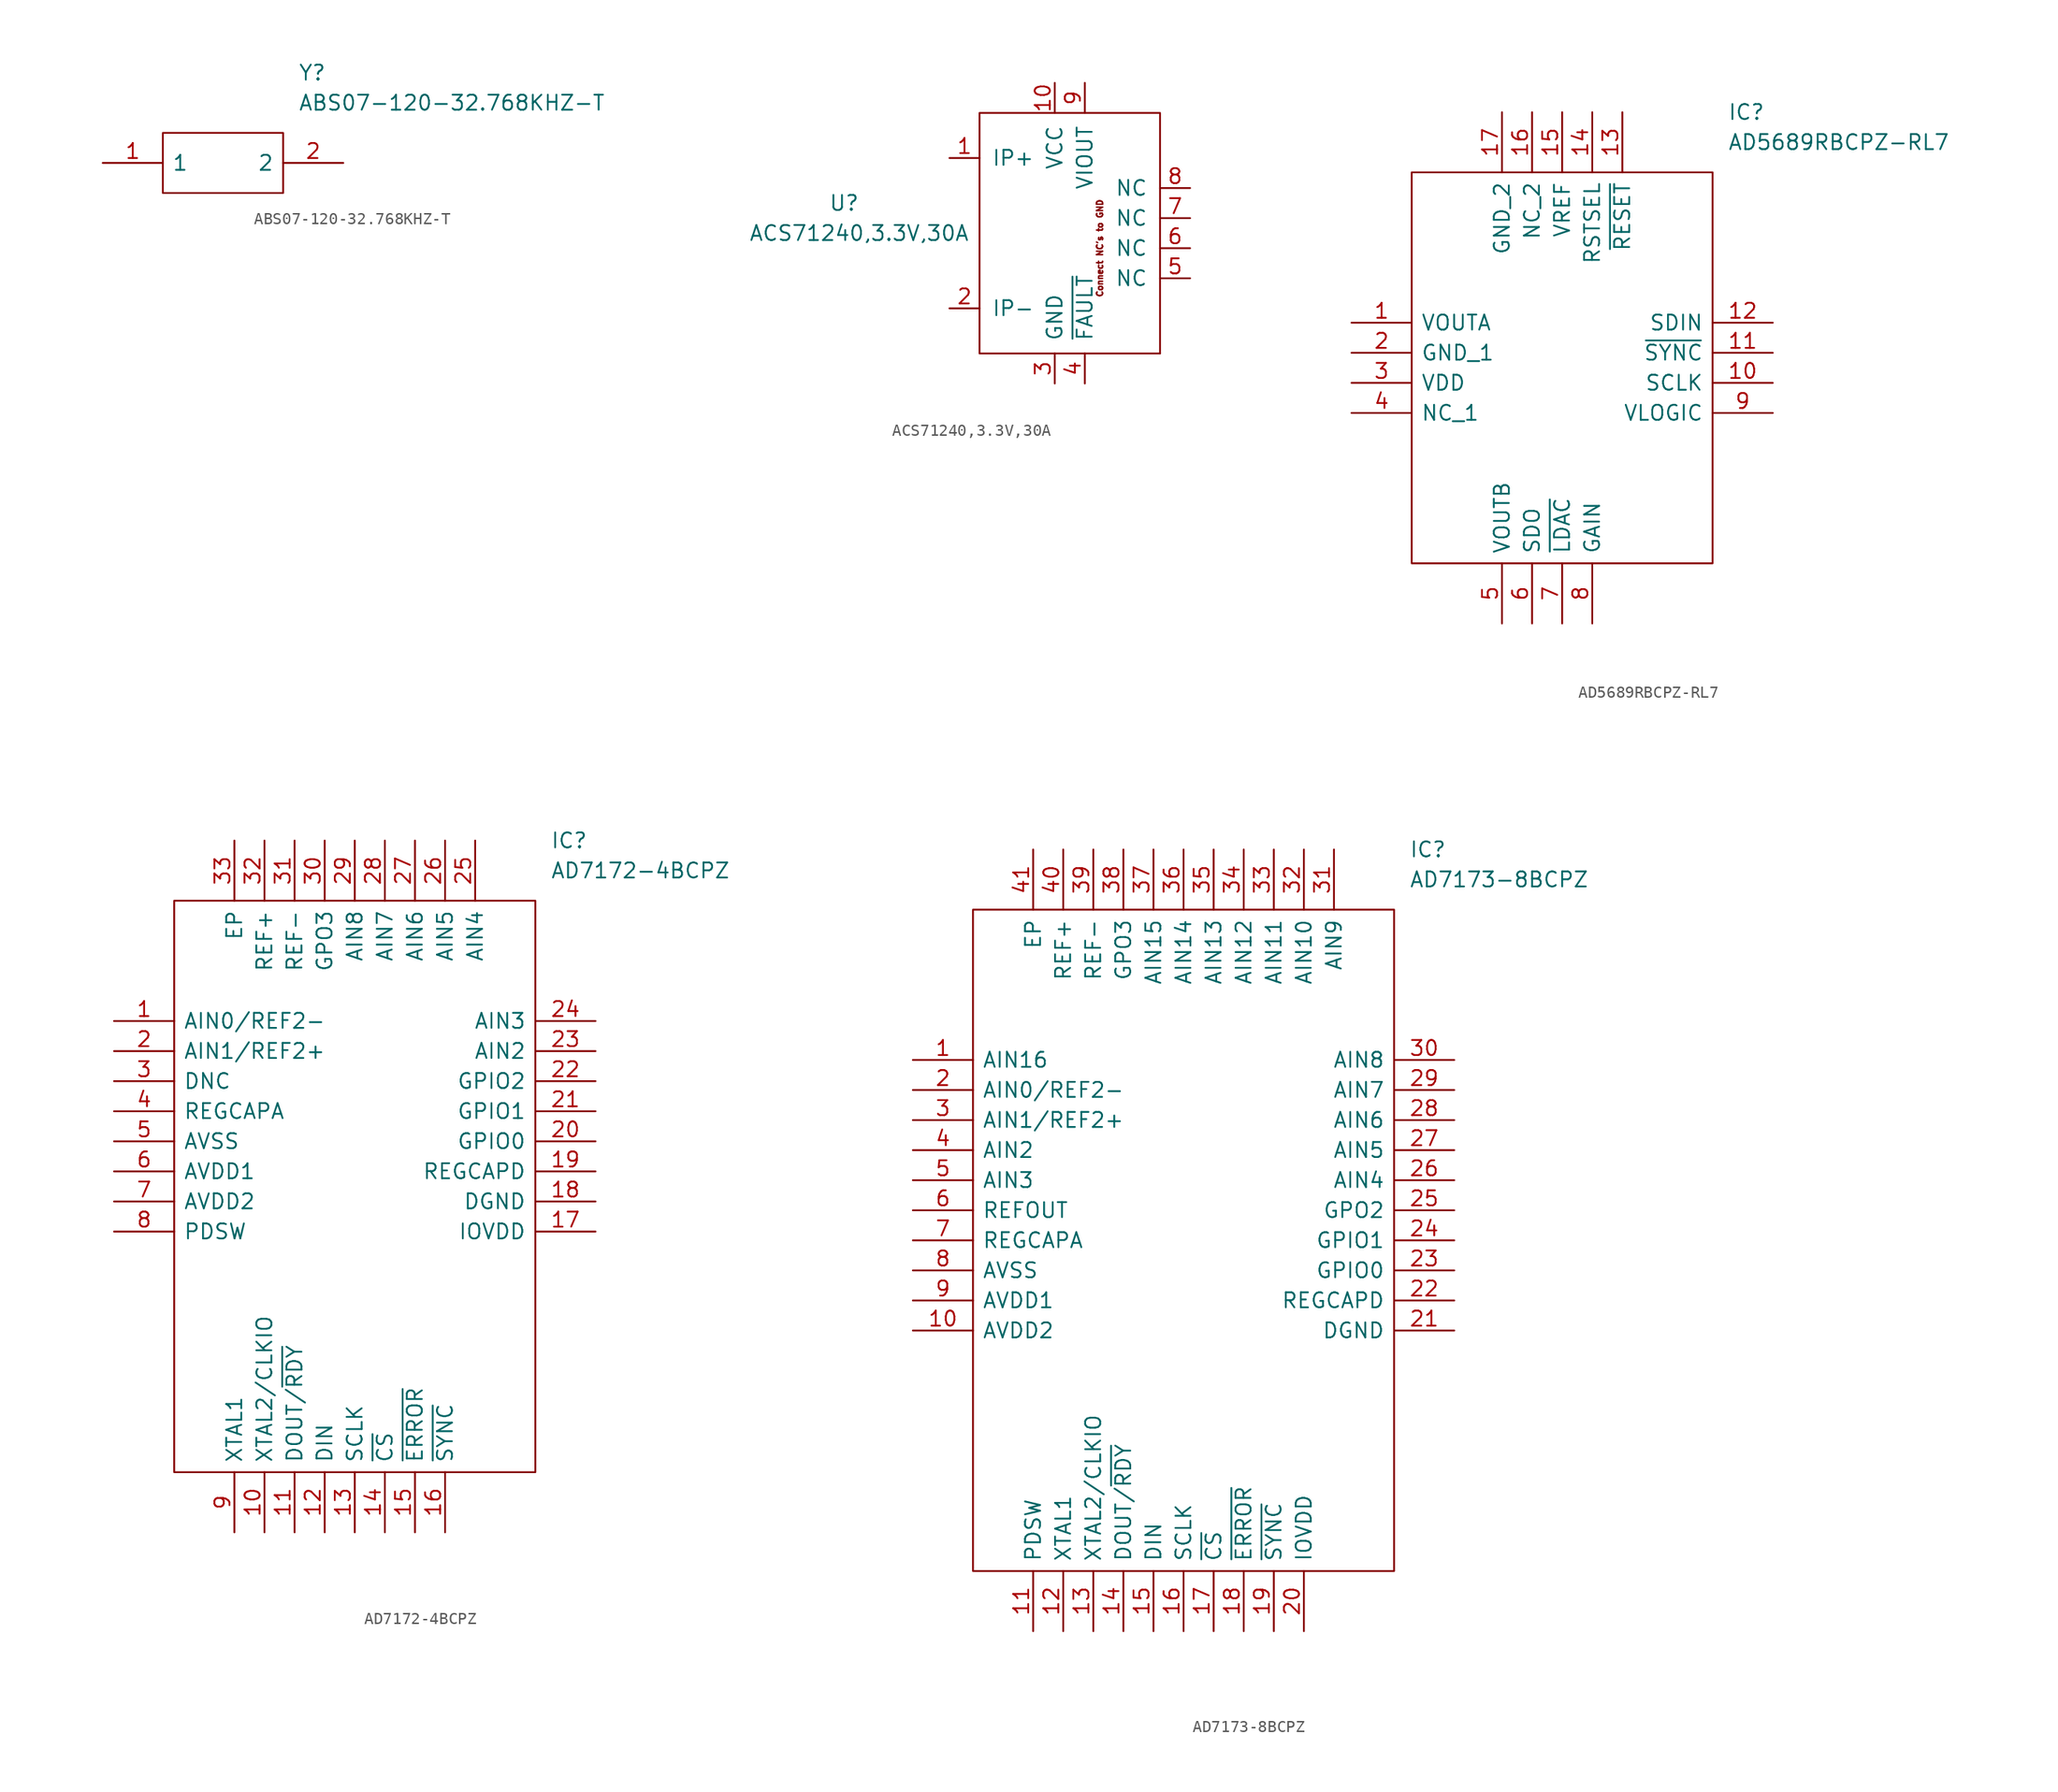
<source format=kicad_sym>
(kicad_symbol_lib
  (version 20220914)
  (generator kicad_symbol_editor)
  (symbol "ABS07-120-32.768KHZ-T"
    (pin_names
      (offset 0.762))
    (property "Reference" "Y"
      (at 16.51 7.62 0)
      (effects (font (size 1.27 1.27)) (justify left)))
    (property "Value" "ABS07-120-32.768KHZ-T"
      (at 16.51 5.08 0)
      (effects (font (size 1.27 1.27)) (justify left)))
    (symbol "ABS07-120-32.768KHZ-T_0_0"
      (pin passive line (at 0 0 0) (length 5.08) (name "1" (effects (font (size 1.27 1.27)))) (number "1" (effects (font (size 1.27 1.27)))))
      (pin passive line (at 20.32 0 180) (length 5.08) (name "2" (effects (font (size 1.27 1.27)))) (number "2" (effects (font (size 1.27 1.27))))))
    (symbol "ABS07-120-32.768KHZ-T_0_1"
      (polyline (pts (xy 5.08 2.54) (xy 15.24 2.54) (xy 15.24 -2.54) (xy 5.08 -2.54) (xy 5.08 2.54)) (stroke (width 0.152) (type default)) (fill (type none)))))
  (symbol "ACS71240,3.3V,30A"
    (pin_names
      (offset 1.016))
    (property "Reference" "U"
      (at -19.05 2.54 0)
      (effects (font (size 1.27 1.27))))
    (property "Value" "ACS71240,3.3V,30A"
      (at -17.78 0 0)
      (effects (font (size 1.27 1.27))))
    (symbol "ACS71240,3.3V,30A_0_0"
      (text "Connect NC's to GND" (at 2.54 -1.27 900) (effects (font (size 0.508 0.508)))))
    (symbol "ACS71240,3.3V,30A_0_1"
      (rectangle (start -7.62 10.16) (end 7.62 -10.16) (stroke (width 0) (type default)) (fill (type none)))
      (rectangle (start 7.62 -10.16) (end 7.62 -10.16) (stroke (width 0) (type default)) (fill (type none))))
    (symbol "ACS71240,3.3V,30A_1_1"
      (pin passive line (at -10.16 6.35 0) (length 2.54) (name "IP+" (effects (font (size 1.27 1.27)))) (number "1" (effects (font (size 1.27 1.27)))))
      (pin passive line (at -1.27 12.7 270) (length 2.54) (name "VCC" (effects (font (size 1.27 1.27)))) (number "10" (effects (font (size 1.27 1.27)))))
      (pin passive line (at -10.16 -6.35 0) (length 2.54) (name "IP-" (effects (font (size 1.27 1.27)))) (number "2" (effects (font (size 1.27 1.27)))))
      (pin passive line (at -1.27 -12.7 90) (length 2.54) (name "GND" (effects (font (size 1.27 1.27)))) (number "3" (effects (font (size 1.27 1.27)))))
      (pin passive line (at 1.27 -12.7 90) (length 2.54) (name "~{FAULT}" (effects (font (size 1.27 1.27)))) (number "4" (effects (font (size 1.27 1.27)))))
      (pin passive line (at 10.16 -3.81 180) (length 2.54) (name "NC" (effects (font (size 1.27 1.27)))) (number "5" (effects (font (size 1.27 1.27)))))
      (pin passive line (at 10.16 -1.27 180) (length 2.54) (name "NC" (effects (font (size 1.27 1.27)))) (number "6" (effects (font (size 1.27 1.27)))))
      (pin passive line (at 10.16 1.27 180) (length 2.54) (name "NC" (effects (font (size 1.27 1.27)))) (number "7" (effects (font (size 1.27 1.27)))))
      (pin passive line (at 10.16 3.81 180) (length 2.54) (name "NC" (effects (font (size 1.27 1.27)))) (number "8" (effects (font (size 1.27 1.27)))))
      (pin passive line (at 1.27 12.7 270) (length 2.54) (name "VIOUT" (effects (font (size 1.27 1.27)))) (number "9" (effects (font (size 1.27 1.27)))))))
  (symbol "AD5689RBCPZ-RL7"
    (pin_names
      (offset 0.762))
    (property "Reference" "IC"
      (at 31.75 17.78 0)
      (effects (font (size 1.27 1.27)) (justify left)))
    (property "Value" "AD5689RBCPZ-RL7"
      (at 31.75 15.24 0)
      (effects (font (size 1.27 1.27)) (justify left)))
    (symbol "AD5689RBCPZ-RL7_0_0"
      (pin unspecified line (at 0 0 0) (length 5.08) (name "VOUTA" (effects (font (size 1.27 1.27)))) (number "1" (effects (font (size 1.27 1.27)))))
      (pin unspecified line (at 35.56 -5.08 180) (length 5.08) (name "SCLK" (effects (font (size 1.27 1.27)))) (number "10" (effects (font (size 1.27 1.27)))))
      (pin unspecified line (at 35.56 -2.54 180) (length 5.08) (name "~{SYNC}" (effects (font (size 1.27 1.27)))) (number "11" (effects (font (size 1.27 1.27)))))
      (pin unspecified line (at 35.56 0 180) (length 5.08) (name "SDIN" (effects (font (size 1.27 1.27)))) (number "12" (effects (font (size 1.27 1.27)))))
      (pin unspecified line (at 22.86 17.78 270) (length 5.08) (name "~{RESET}" (effects (font (size 1.27 1.27)))) (number "13" (effects (font (size 1.27 1.27)))))
      (pin unspecified line (at 20.32 17.78 270) (length 5.08) (name "RSTSEL" (effects (font (size 1.27 1.27)))) (number "14" (effects (font (size 1.27 1.27)))))
      (pin unspecified line (at 17.78 17.78 270) (length 5.08) (name "VREF" (effects (font (size 1.27 1.27)))) (number "15" (effects (font (size 1.27 1.27)))))
      (pin unspecified line (at 15.24 17.78 270) (length 5.08) (name "NC_2" (effects (font (size 1.27 1.27)))) (number "16" (effects (font (size 1.27 1.27)))))
      (pin unspecified line (at 12.7 17.78 270) (length 5.08) (name "GND_2" (effects (font (size 1.27 1.27)))) (number "17" (effects (font (size 1.27 1.27)))))
      (pin unspecified line (at 0 -2.54 0) (length 5.08) (name "GND_1" (effects (font (size 1.27 1.27)))) (number "2" (effects (font (size 1.27 1.27)))))
      (pin unspecified line (at 0 -5.08 0) (length 5.08) (name "VDD" (effects (font (size 1.27 1.27)))) (number "3" (effects (font (size 1.27 1.27)))))
      (pin unspecified line (at 0 -7.62 0) (length 5.08) (name "NC_1" (effects (font (size 1.27 1.27)))) (number "4" (effects (font (size 1.27 1.27)))))
      (pin unspecified line (at 12.7 -25.4 90) (length 5.08) (name "VOUTB" (effects (font (size 1.27 1.27)))) (number "5" (effects (font (size 1.27 1.27)))))
      (pin unspecified line (at 15.24 -25.4 90) (length 5.08) (name "SDO" (effects (font (size 1.27 1.27)))) (number "6" (effects (font (size 1.27 1.27)))))
      (pin unspecified line (at 17.78 -25.4 90) (length 5.08) (name "~{LDAC}" (effects (font (size 1.27 1.27)))) (number "7" (effects (font (size 1.27 1.27)))))
      (pin unspecified line (at 20.32 -25.4 90) (length 5.08) (name "GAIN" (effects (font (size 1.27 1.27)))) (number "8" (effects (font (size 1.27 1.27)))))
      (pin unspecified line (at 35.56 -7.62 180) (length 5.08) (name "VLOGIC" (effects (font (size 1.27 1.27)))) (number "9" (effects (font (size 1.27 1.27))))))
    (symbol "AD5689RBCPZ-RL7_0_1"
      (polyline (pts (xy 5.08 12.7) (xy 30.48 12.7) (xy 30.48 -20.32) (xy 5.08 -20.32) (xy 5.08 12.7)) (stroke (width 0.152) (type default)) (fill (type none)))))
  (symbol "AD7172-4BCPZ"
    (pin_names
      (offset 0.762))
    (property "Reference" "IC"
      (at 36.83 15.24 0)
      (effects (font (size 1.27 1.27)) (justify left)))
    (property "Value" "AD7172-4BCPZ"
      (at 36.83 12.7 0)
      (effects (font (size 1.27 1.27)) (justify left)))
    (symbol "AD7172-4BCPZ_0_0"
      (pin input line (at 0 0 0) (length 5.08) (name "AIN0/REF2-" (effects (font (size 1.27 1.27)))) (number "1" (effects (font (size 1.27 1.27)))))
      (pin bidirectional line (at 12.7 -43.18 90) (length 5.08) (name "XTAL2/CLKIO" (effects (font (size 1.27 1.27)))) (number "10" (effects (font (size 1.27 1.27)))))
      (pin output line (at 15.24 -43.18 90) (length 5.08) (name "DOUT/~{RDY}" (effects (font (size 1.27 1.27)))) (number "11" (effects (font (size 1.27 1.27)))))
      (pin input line (at 17.78 -43.18 90) (length 5.08) (name "DIN" (effects (font (size 1.27 1.27)))) (number "12" (effects (font (size 1.27 1.27)))))
      (pin input line (at 20.32 -43.18 90) (length 5.08) (name "SCLK" (effects (font (size 1.27 1.27)))) (number "13" (effects (font (size 1.27 1.27)))))
      (pin input line (at 22.86 -43.18 90) (length 5.08) (name "~{CS}" (effects (font (size 1.27 1.27)))) (number "14" (effects (font (size 1.27 1.27)))))
      (pin bidirectional line (at 25.4 -43.18 90) (length 5.08) (name "~{ERROR}" (effects (font (size 1.27 1.27)))) (number "15" (effects (font (size 1.27 1.27)))))
      (pin input line (at 27.94 -43.18 90) (length 5.08) (name "~{SYNC}" (effects (font (size 1.27 1.27)))) (number "16" (effects (font (size 1.27 1.27)))))
      (pin power_in line (at 40.64 -17.78 180) (length 5.08) (name "IOVDD" (effects (font (size 1.27 1.27)))) (number "17" (effects (font (size 1.27 1.27)))))
      (pin power_in line (at 40.64 -15.24 180) (length 5.08) (name "DGND" (effects (font (size 1.27 1.27)))) (number "18" (effects (font (size 1.27 1.27)))))
      (pin output line (at 40.64 -12.7 180) (length 5.08) (name "REGCAPD" (effects (font (size 1.27 1.27)))) (number "19" (effects (font (size 1.27 1.27)))))
      (pin input line (at 0 -2.54 0) (length 5.08) (name "AIN1/REF2+" (effects (font (size 1.27 1.27)))) (number "2" (effects (font (size 1.27 1.27)))))
      (pin bidirectional line (at 40.64 -10.16 180) (length 5.08) (name "GPIO0" (effects (font (size 1.27 1.27)))) (number "20" (effects (font (size 1.27 1.27)))))
      (pin bidirectional line (at 40.64 -7.62 180) (length 5.08) (name "GPIO1" (effects (font (size 1.27 1.27)))) (number "21" (effects (font (size 1.27 1.27)))))
      (pin bidirectional line (at 40.64 -5.08 180) (length 5.08) (name "GPIO2" (effects (font (size 1.27 1.27)))) (number "22" (effects (font (size 1.27 1.27)))))
      (pin input line (at 40.64 -2.54 180) (length 5.08) (name "AIN2" (effects (font (size 1.27 1.27)))) (number "23" (effects (font (size 1.27 1.27)))))
      (pin input line (at 40.64 0 180) (length 5.08) (name "AIN3" (effects (font (size 1.27 1.27)))) (number "24" (effects (font (size 1.27 1.27)))))
      (pin input line (at 30.48 15.24 270) (length 5.08) (name "AIN4" (effects (font (size 1.27 1.27)))) (number "25" (effects (font (size 1.27 1.27)))))
      (pin input line (at 27.94 15.24 270) (length 5.08) (name "AIN5" (effects (font (size 1.27 1.27)))) (number "26" (effects (font (size 1.27 1.27)))))
      (pin input line (at 25.4 15.24 270) (length 5.08) (name "AIN6" (effects (font (size 1.27 1.27)))) (number "27" (effects (font (size 1.27 1.27)))))
      (pin input line (at 22.86 15.24 270) (length 5.08) (name "AIN7" (effects (font (size 1.27 1.27)))) (number "28" (effects (font (size 1.27 1.27)))))
      (pin input line (at 20.32 15.24 270) (length 5.08) (name "AIN8" (effects (font (size 1.27 1.27)))) (number "29" (effects (font (size 1.27 1.27)))))
      (pin unspecified line (at 0 -5.08 0) (length 5.08) (name "DNC" (effects (font (size 1.27 1.27)))) (number "3" (effects (font (size 1.27 1.27)))))
      (pin output line (at 17.78 15.24 270) (length 5.08) (name "GPO3" (effects (font (size 1.27 1.27)))) (number "30" (effects (font (size 1.27 1.27)))))
      (pin input line (at 15.24 15.24 270) (length 5.08) (name "REF-" (effects (font (size 1.27 1.27)))) (number "31" (effects (font (size 1.27 1.27)))))
      (pin input line (at 12.7 15.24 270) (length 5.08) (name "REF+" (effects (font (size 1.27 1.27)))) (number "32" (effects (font (size 1.27 1.27)))))
      (pin power_in line (at 10.16 15.24 270) (length 5.08) (name "EP" (effects (font (size 1.27 1.27)))) (number "33" (effects (font (size 1.27 1.27)))))
      (pin output line (at 0 -7.62 0) (length 5.08) (name "REGCAPA" (effects (font (size 1.27 1.27)))) (number "4" (effects (font (size 1.27 1.27)))))
      (pin power_in line (at 0 -10.16 0) (length 5.08) (name "AVSS" (effects (font (size 1.27 1.27)))) (number "5" (effects (font (size 1.27 1.27)))))
      (pin power_in line (at 0 -12.7 0) (length 5.08) (name "AVDD1" (effects (font (size 1.27 1.27)))) (number "6" (effects (font (size 1.27 1.27)))))
      (pin power_in line (at 0 -15.24 0) (length 5.08) (name "AVDD2" (effects (font (size 1.27 1.27)))) (number "7" (effects (font (size 1.27 1.27)))))
      (pin output line (at 0 -17.78 0) (length 5.08) (name "PDSW" (effects (font (size 1.27 1.27)))) (number "8" (effects (font (size 1.27 1.27)))))
      (pin bidirectional line (at 10.16 -43.18 90) (length 5.08) (name "XTAL1" (effects (font (size 1.27 1.27)))) (number "9" (effects (font (size 1.27 1.27))))))
    (symbol "AD7172-4BCPZ_0_1"
      (polyline (pts (xy 5.08 10.16) (xy 35.56 10.16) (xy 35.56 -38.1) (xy 5.08 -38.1) (xy 5.08 10.16)) (stroke (width 0.152) (type default)) (fill (type none)))))
  (symbol "AD7173-8BCPZ"
    (pin_names
      (offset 0.762))
    (property "Reference" "IC"
      (at 41.91 17.78 0)
      (effects (font (size 1.27 1.27)) (justify left)))
    (property "Value" "AD7173-8BCPZ"
      (at 41.91 15.24 0)
      (effects (font (size 1.27 1.27)) (justify left)))
    (symbol "AD7173-8BCPZ_0_0"
      (pin unspecified line (at 0 0 0) (length 5.08) (name "AIN16" (effects (font (size 1.27 1.27)))) (number "1" (effects (font (size 1.27 1.27)))))
      (pin unspecified line (at 0 -22.86 0) (length 5.08) (name "AVDD2" (effects (font (size 1.27 1.27)))) (number "10" (effects (font (size 1.27 1.27)))))
      (pin unspecified line (at 10.16 -48.26 90) (length 5.08) (name "PDSW" (effects (font (size 1.27 1.27)))) (number "11" (effects (font (size 1.27 1.27)))))
      (pin unspecified line (at 12.7 -48.26 90) (length 5.08) (name "XTAL1" (effects (font (size 1.27 1.27)))) (number "12" (effects (font (size 1.27 1.27)))))
      (pin unspecified line (at 15.24 -48.26 90) (length 5.08) (name "XTAL2/CLKIO" (effects (font (size 1.27 1.27)))) (number "13" (effects (font (size 1.27 1.27)))))
      (pin unspecified line (at 17.78 -48.26 90) (length 5.08) (name "DOUT/~{RDY}" (effects (font (size 1.27 1.27)))) (number "14" (effects (font (size 1.27 1.27)))))
      (pin unspecified line (at 20.32 -48.26 90) (length 5.08) (name "DIN" (effects (font (size 1.27 1.27)))) (number "15" (effects (font (size 1.27 1.27)))))
      (pin unspecified line (at 22.86 -48.26 90) (length 5.08) (name "SCLK" (effects (font (size 1.27 1.27)))) (number "16" (effects (font (size 1.27 1.27)))))
      (pin unspecified line (at 25.4 -48.26 90) (length 5.08) (name "~{CS}" (effects (font (size 1.27 1.27)))) (number "17" (effects (font (size 1.27 1.27)))))
      (pin unspecified line (at 27.94 -48.26 90) (length 5.08) (name "~{ERROR}" (effects (font (size 1.27 1.27)))) (number "18" (effects (font (size 1.27 1.27)))))
      (pin unspecified line (at 30.48 -48.26 90) (length 5.08) (name "~{SYNC}" (effects (font (size 1.27 1.27)))) (number "19" (effects (font (size 1.27 1.27)))))
      (pin unspecified line (at 0 -2.54 0) (length 5.08) (name "AIN0/REF2-" (effects (font (size 1.27 1.27)))) (number "2" (effects (font (size 1.27 1.27)))))
      (pin unspecified line (at 33.02 -48.26 90) (length 5.08) (name "IOVDD" (effects (font (size 1.27 1.27)))) (number "20" (effects (font (size 1.27 1.27)))))
      (pin unspecified line (at 45.72 -22.86 180) (length 5.08) (name "DGND" (effects (font (size 1.27 1.27)))) (number "21" (effects (font (size 1.27 1.27)))))
      (pin unspecified line (at 45.72 -20.32 180) (length 5.08) (name "REGCAPD" (effects (font (size 1.27 1.27)))) (number "22" (effects (font (size 1.27 1.27)))))
      (pin unspecified line (at 45.72 -17.78 180) (length 5.08) (name "GPIO0" (effects (font (size 1.27 1.27)))) (number "23" (effects (font (size 1.27 1.27)))))
      (pin unspecified line (at 45.72 -15.24 180) (length 5.08) (name "GPIO1" (effects (font (size 1.27 1.27)))) (number "24" (effects (font (size 1.27 1.27)))))
      (pin unspecified line (at 45.72 -12.7 180) (length 5.08) (name "GPO2" (effects (font (size 1.27 1.27)))) (number "25" (effects (font (size 1.27 1.27)))))
      (pin unspecified line (at 45.72 -10.16 180) (length 5.08) (name "AIN4" (effects (font (size 1.27 1.27)))) (number "26" (effects (font (size 1.27 1.27)))))
      (pin unspecified line (at 45.72 -7.62 180) (length 5.08) (name "AIN5" (effects (font (size 1.27 1.27)))) (number "27" (effects (font (size 1.27 1.27)))))
      (pin unspecified line (at 45.72 -5.08 180) (length 5.08) (name "AIN6" (effects (font (size 1.27 1.27)))) (number "28" (effects (font (size 1.27 1.27)))))
      (pin unspecified line (at 45.72 -2.54 180) (length 5.08) (name "AIN7" (effects (font (size 1.27 1.27)))) (number "29" (effects (font (size 1.27 1.27)))))
      (pin unspecified line (at 0 -5.08 0) (length 5.08) (name "AIN1/REF2+" (effects (font (size 1.27 1.27)))) (number "3" (effects (font (size 1.27 1.27)))))
      (pin unspecified line (at 45.72 0 180) (length 5.08) (name "AIN8" (effects (font (size 1.27 1.27)))) (number "30" (effects (font (size 1.27 1.27)))))
      (pin unspecified line (at 35.56 17.78 270) (length 5.08) (name "AIN9" (effects (font (size 1.27 1.27)))) (number "31" (effects (font (size 1.27 1.27)))))
      (pin unspecified line (at 33.02 17.78 270) (length 5.08) (name "AIN10" (effects (font (size 1.27 1.27)))) (number "32" (effects (font (size 1.27 1.27)))))
      (pin unspecified line (at 30.48 17.78 270) (length 5.08) (name "AIN11" (effects (font (size 1.27 1.27)))) (number "33" (effects (font (size 1.27 1.27)))))
      (pin unspecified line (at 27.94 17.78 270) (length 5.08) (name "AIN12" (effects (font (size 1.27 1.27)))) (number "34" (effects (font (size 1.27 1.27)))))
      (pin unspecified line (at 25.4 17.78 270) (length 5.08) (name "AIN13" (effects (font (size 1.27 1.27)))) (number "35" (effects (font (size 1.27 1.27)))))
      (pin unspecified line (at 22.86 17.78 270) (length 5.08) (name "AIN14" (effects (font (size 1.27 1.27)))) (number "36" (effects (font (size 1.27 1.27)))))
      (pin unspecified line (at 20.32 17.78 270) (length 5.08) (name "AIN15" (effects (font (size 1.27 1.27)))) (number "37" (effects (font (size 1.27 1.27)))))
      (pin unspecified line (at 17.78 17.78 270) (length 5.08) (name "GPO3" (effects (font (size 1.27 1.27)))) (number "38" (effects (font (size 1.27 1.27)))))
      (pin unspecified line (at 15.24 17.78 270) (length 5.08) (name "REF-" (effects (font (size 1.27 1.27)))) (number "39" (effects (font (size 1.27 1.27)))))
      (pin unspecified line (at 0 -7.62 0) (length 5.08) (name "AIN2" (effects (font (size 1.27 1.27)))) (number "4" (effects (font (size 1.27 1.27)))))
      (pin unspecified line (at 12.7 17.78 270) (length 5.08) (name "REF+" (effects (font (size 1.27 1.27)))) (number "40" (effects (font (size 1.27 1.27)))))
      (pin unspecified line (at 10.16 17.78 270) (length 5.08) (name "EP" (effects (font (size 1.27 1.27)))) (number "41" (effects (font (size 1.27 1.27)))))
      (pin unspecified line (at 0 -10.16 0) (length 5.08) (name "AIN3" (effects (font (size 1.27 1.27)))) (number "5" (effects (font (size 1.27 1.27)))))
      (pin unspecified line (at 0 -12.7 0) (length 5.08) (name "REFOUT" (effects (font (size 1.27 1.27)))) (number "6" (effects (font (size 1.27 1.27)))))
      (pin unspecified line (at 0 -15.24 0) (length 5.08) (name "REGCAPA" (effects (font (size 1.27 1.27)))) (number "7" (effects (font (size 1.27 1.27)))))
      (pin unspecified line (at 0 -17.78 0) (length 5.08) (name "AVSS" (effects (font (size 1.27 1.27)))) (number "8" (effects (font (size 1.27 1.27)))))
      (pin unspecified line (at 0 -20.32 0) (length 5.08) (name "AVDD1" (effects (font (size 1.27 1.27)))) (number "9" (effects (font (size 1.27 1.27))))))
    (symbol "AD7173-8BCPZ_0_1"
      (polyline (pts (xy 5.08 12.7) (xy 40.64 12.7) (xy 40.64 -43.18) (xy 5.08 -43.18) (xy 5.08 12.7)) (stroke (width 0.152) (type default)) (fill (type none))))))
</source>
